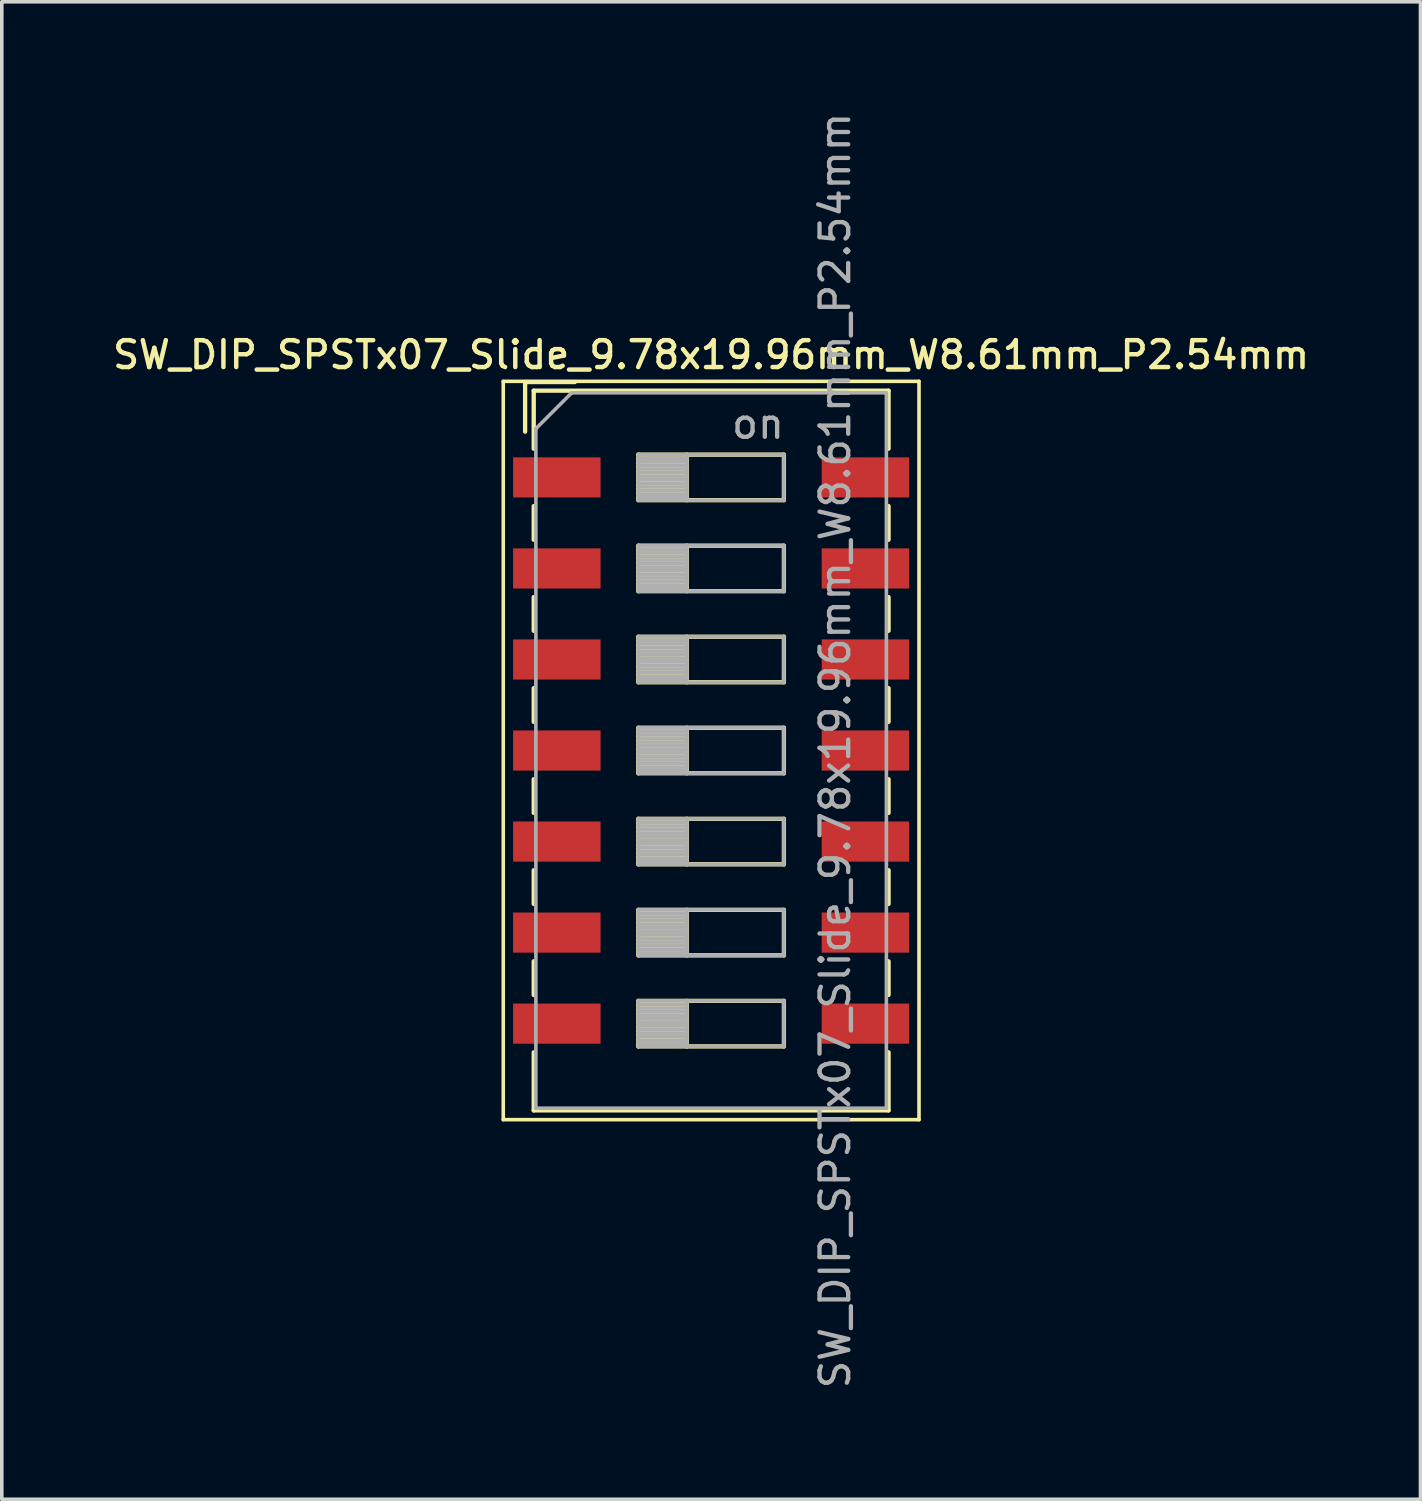
<source format=kicad_pcb>
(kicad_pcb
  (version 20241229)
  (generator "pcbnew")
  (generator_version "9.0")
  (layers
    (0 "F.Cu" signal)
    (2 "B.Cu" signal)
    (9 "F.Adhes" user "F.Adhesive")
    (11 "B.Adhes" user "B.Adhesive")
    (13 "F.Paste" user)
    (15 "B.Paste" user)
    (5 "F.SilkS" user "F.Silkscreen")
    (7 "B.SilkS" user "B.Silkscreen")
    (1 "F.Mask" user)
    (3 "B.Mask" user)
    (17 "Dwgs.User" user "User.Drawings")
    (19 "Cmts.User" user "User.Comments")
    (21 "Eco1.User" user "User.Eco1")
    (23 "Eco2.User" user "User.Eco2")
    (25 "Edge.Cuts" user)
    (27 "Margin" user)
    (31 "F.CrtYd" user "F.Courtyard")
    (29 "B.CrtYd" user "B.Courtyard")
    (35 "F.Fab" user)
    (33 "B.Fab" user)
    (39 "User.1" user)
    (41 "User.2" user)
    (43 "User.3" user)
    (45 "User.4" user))
  (footprint "SW_DIP_SPSTx07_Slide_9.78x19.96mm_W8.61mm_P2.54mm"
    (layer "F.Cu")
    (at 16.791 17.89)
    (property "Reference" "SW_DIP_SPSTx07_Slide_9.78x19.96mm_W8.61mm_P2.54mm" (at 0 -11.04 0) (layer "F.SilkS") (effects (font (size 0.75 0.75) (thickness 0.125))))
    (attr smd)
    (fp_line (start -5.8 -10.3) (end -5.8 10.3) (stroke (width 0.1) (type solid)) (layer "F.SilkS"))
    (fp_line (start -5.8 10.3) (end 5.8 10.3) (stroke (width 0.1) (type solid)) (layer "F.SilkS"))
    (fp_line (start -5.19 -10.28) (end -5.19 -8.897) (stroke (width 0.12) (type solid)) (layer "F.SilkS"))
    (fp_line (start -5.19 -10.28) (end -3.806 -10.28) (stroke (width 0.12) (type solid)) (layer "F.SilkS"))
    (fp_line (start -4.95 -10.04) (end -4.95 -8.42) (stroke (width 0.12) (type solid)) (layer "F.SilkS"))
    (fp_line (start -4.95 -10.04) (end 4.95 -10.04) (stroke (width 0.12) (type solid)) (layer "F.SilkS"))
    (fp_line (start -4.95 -6.82) (end -4.95 -5.88) (stroke (width 0.12) (type solid)) (layer "F.SilkS"))
    (fp_line (start -4.95 -4.28) (end -4.95 -3.34) (stroke (width 0.12) (type solid)) (layer "F.SilkS"))
    (fp_line (start -4.95 -1.74) (end -4.95 -0.8) (stroke (width 0.12) (type solid)) (layer "F.SilkS"))
    (fp_line (start -4.95 0.8) (end -4.95 1.74) (stroke (width 0.12) (type solid)) (layer "F.SilkS"))
    (fp_line (start -4.95 3.34) (end -4.95 4.28) (stroke (width 0.12) (type solid)) (layer "F.SilkS"))
    (fp_line (start -4.95 5.88) (end -4.95 6.82) (stroke (width 0.12) (type solid)) (layer "F.SilkS"))
    (fp_line (start -4.95 8.42) (end -4.95 10.041) (stroke (width 0.12) (type solid)) (layer "F.SilkS"))
    (fp_line (start -4.95 10.041) (end 4.95 10.041) (stroke (width 0.12) (type solid)) (layer "F.SilkS"))
    (fp_line (start -2.03 -8.255) (end -2.03 -6.985) (stroke (width 0.12) (type solid)) (layer "F.SilkS"))
    (fp_line (start -2.03 -8.135) (end -0.677 -8.135) (stroke (width 0.12) (type solid)) (layer "F.SilkS"))
    (fp_line (start -2.03 -8.015) (end -0.677 -8.015) (stroke (width 0.12) (type solid)) (layer "F.SilkS"))
    (fp_line (start -2.03 -7.895) (end -0.677 -7.895) (stroke (width 0.12) (type solid)) (layer "F.SilkS"))
    (fp_line (start -2.03 -7.775) (end -0.677 -7.775) (stroke (width 0.12) (type solid)) (layer "F.SilkS"))
    (fp_line (start -2.03 -7.655) (end -0.677 -7.655) (stroke (width 0.12) (type solid)) (layer "F.SilkS"))
    (fp_line (start -2.03 -7.535) (end -0.677 -7.535) (stroke (width 0.12) (type solid)) (layer "F.SilkS"))
    (fp_line (start -2.03 -7.415) (end -0.677 -7.415) (stroke (width 0.12) (type solid)) (layer "F.SilkS"))
    (fp_line (start -2.03 -7.295) (end -0.677 -7.295) (stroke (width 0.12) (type solid)) (layer "F.SilkS"))
    (fp_line (start -2.03 -7.175) (end -0.677 -7.175) (stroke (width 0.12) (type solid)) (layer "F.SilkS"))
    (fp_line (start -2.03 -7.055) (end -0.677 -7.055) (stroke (width 0.12) (type solid)) (layer "F.SilkS"))
    (fp_line (start -2.03 -6.985) (end 2.03 -6.985) (stroke (width 0.12) (type solid)) (layer "F.SilkS"))
    (fp_line (start -2.03 -5.715) (end -2.03 -4.445) (stroke (width 0.12) (type solid)) (layer "F.SilkS"))
    (fp_line (start -2.03 -5.595) (end -0.677 -5.595) (stroke (width 0.12) (type solid)) (layer "F.SilkS"))
    (fp_line (start -2.03 -5.475) (end -0.677 -5.475) (stroke (width 0.12) (type solid)) (layer "F.SilkS"))
    (fp_line (start -2.03 -5.355) (end -0.677 -5.355) (stroke (width 0.12) (type solid)) (layer "F.SilkS"))
    (fp_line (start -2.03 -5.235) (end -0.677 -5.235) (stroke (width 0.12) (type solid)) (layer "F.SilkS"))
    (fp_line (start -2.03 -5.115) (end -0.677 -5.115) (stroke (width 0.12) (type solid)) (layer "F.SilkS"))
    (fp_line (start -2.03 -4.995) (end -0.677 -4.995) (stroke (width 0.12) (type solid)) (layer "F.SilkS"))
    (fp_line (start -2.03 -4.875) (end -0.677 -4.875) (stroke (width 0.12) (type solid)) (layer "F.SilkS"))
    (fp_line (start -2.03 -4.755) (end -0.677 -4.755) (stroke (width 0.12) (type solid)) (layer "F.SilkS"))
    (fp_line (start -2.03 -4.635) (end -0.677 -4.635) (stroke (width 0.12) (type solid)) (layer "F.SilkS"))
    (fp_line (start -2.03 -4.515) (end -0.677 -4.515) (stroke (width 0.12) (type solid)) (layer "F.SilkS"))
    (fp_line (start -2.03 -4.445) (end 2.03 -4.445) (stroke (width 0.12) (type solid)) (layer "F.SilkS"))
    (fp_line (start -2.03 -3.175) (end -2.03 -1.905) (stroke (width 0.12) (type solid)) (layer "F.SilkS"))
    (fp_line (start -2.03 -3.055) (end -0.677 -3.055) (stroke (width 0.12) (type solid)) (layer "F.SilkS"))
    (fp_line (start -2.03 -2.935) (end -0.677 -2.935) (stroke (width 0.12) (type solid)) (layer "F.SilkS"))
    (fp_line (start -2.03 -2.815) (end -0.677 -2.815) (stroke (width 0.12) (type solid)) (layer "F.SilkS"))
    (fp_line (start -2.03 -2.695) (end -0.677 -2.695) (stroke (width 0.12) (type solid)) (layer "F.SilkS"))
    (fp_line (start -2.03 -2.575) (end -0.677 -2.575) (stroke (width 0.12) (type solid)) (layer "F.SilkS"))
    (fp_line (start -2.03 -2.455) (end -0.677 -2.455) (stroke (width 0.12) (type solid)) (layer "F.SilkS"))
    (fp_line (start -2.03 -2.335) (end -0.677 -2.335) (stroke (width 0.12) (type solid)) (layer "F.SilkS"))
    (fp_line (start -2.03 -2.215) (end -0.677 -2.215) (stroke (width 0.12) (type solid)) (layer "F.SilkS"))
    (fp_line (start -2.03 -2.095) (end -0.677 -2.095) (stroke (width 0.12) (type solid)) (layer "F.SilkS"))
    (fp_line (start -2.03 -1.975) (end -0.677 -1.975) (stroke (width 0.12) (type solid)) (layer "F.SilkS"))
    (fp_line (start -2.03 -1.905) (end 2.03 -1.905) (stroke (width 0.12) (type solid)) (layer "F.SilkS"))
    (fp_line (start -2.03 -0.635) (end -2.03 0.635) (stroke (width 0.12) (type solid)) (layer "F.SilkS"))
    (fp_line (start -2.03 -0.515) (end -0.677 -0.515) (stroke (width 0.12) (type solid)) (layer "F.SilkS"))
    (fp_line (start -2.03 -0.395) (end -0.677 -0.395) (stroke (width 0.12) (type solid)) (layer "F.SilkS"))
    (fp_line (start -2.03 -0.275) (end -0.677 -0.275) (stroke (width 0.12) (type solid)) (layer "F.SilkS"))
    (fp_line (start -2.03 -0.155) (end -0.677 -0.155) (stroke (width 0.12) (type solid)) (layer "F.SilkS"))
    (fp_line (start -2.03 -0.035) (end -0.677 -0.035) (stroke (width 0.12) (type solid)) (layer "F.SilkS"))
    (fp_line (start -2.03 0.085) (end -0.677 0.085) (stroke (width 0.12) (type solid)) (layer "F.SilkS"))
    (fp_line (start -2.03 0.205) (end -0.677 0.205) (stroke (width 0.12) (type solid)) (layer "F.SilkS"))
    (fp_line (start -2.03 0.325) (end -0.677 0.325) (stroke (width 0.12) (type solid)) (layer "F.SilkS"))
    (fp_line (start -2.03 0.445) (end -0.677 0.445) (stroke (width 0.12) (type solid)) (layer "F.SilkS"))
    (fp_line (start -2.03 0.565) (end -0.677 0.565) (stroke (width 0.12) (type solid)) (layer "F.SilkS"))
    (fp_line (start -2.03 0.635) (end 2.03 0.635) (stroke (width 0.12) (type solid)) (layer "F.SilkS"))
    (fp_line (start -2.03 1.905) (end -2.03 3.175) (stroke (width 0.12) (type solid)) (layer "F.SilkS"))
    (fp_line (start -2.03 2.025) (end -0.677 2.025) (stroke (width 0.12) (type solid)) (layer "F.SilkS"))
    (fp_line (start -2.03 2.145) (end -0.677 2.145) (stroke (width 0.12) (type solid)) (layer "F.SilkS"))
    (fp_line (start -2.03 2.265) (end -0.677 2.265) (stroke (width 0.12) (type solid)) (layer "F.SilkS"))
    (fp_line (start -2.03 2.385) (end -0.677 2.385) (stroke (width 0.12) (type solid)) (layer "F.SilkS"))
    (fp_line (start -2.03 2.505) (end -0.677 2.505) (stroke (width 0.12) (type solid)) (layer "F.SilkS"))
    (fp_line (start -2.03 2.625) (end -0.677 2.625) (stroke (width 0.12) (type solid)) (layer "F.SilkS"))
    (fp_line (start -2.03 2.745) (end -0.677 2.745) (stroke (width 0.12) (type solid)) (layer "F.SilkS"))
    (fp_line (start -2.03 2.865) (end -0.677 2.865) (stroke (width 0.12) (type solid)) (layer "F.SilkS"))
    (fp_line (start -2.03 2.985) (end -0.677 2.985) (stroke (width 0.12) (type solid)) (layer "F.SilkS"))
    (fp_line (start -2.03 3.105) (end -0.677 3.105) (stroke (width 0.12) (type solid)) (layer "F.SilkS"))
    (fp_line (start -2.03 3.175) (end 2.03 3.175) (stroke (width 0.12) (type solid)) (layer "F.SilkS"))
    (fp_line (start -2.03 4.445) (end -2.03 5.715) (stroke (width 0.12) (type solid)) (layer "F.SilkS"))
    (fp_line (start -2.03 4.565) (end -0.677 4.565) (stroke (width 0.12) (type solid)) (layer "F.SilkS"))
    (fp_line (start -2.03 4.685) (end -0.677 4.685) (stroke (width 0.12) (type solid)) (layer "F.SilkS"))
    (fp_line (start -2.03 4.805) (end -0.677 4.805) (stroke (width 0.12) (type solid)) (layer "F.SilkS"))
    (fp_line (start -2.03 4.925) (end -0.677 4.925) (stroke (width 0.12) (type solid)) (layer "F.SilkS"))
    (fp_line (start -2.03 5.045) (end -0.677 5.045) (stroke (width 0.12) (type solid)) (layer "F.SilkS"))
    (fp_line (start -2.03 5.165) (end -0.677 5.165) (stroke (width 0.12) (type solid)) (layer "F.SilkS"))
    (fp_line (start -2.03 5.285) (end -0.677 5.285) (stroke (width 0.12) (type solid)) (layer "F.SilkS"))
    (fp_line (start -2.03 5.405) (end -0.677 5.405) (stroke (width 0.12) (type solid)) (layer "F.SilkS"))
    (fp_line (start -2.03 5.525) (end -0.677 5.525) (stroke (width 0.12) (type solid)) (layer "F.SilkS"))
    (fp_line (start -2.03 5.645) (end -0.677 5.645) (stroke (width 0.12) (type solid)) (layer "F.SilkS"))
    (fp_line (start -2.03 5.715) (end 2.03 5.715) (stroke (width 0.12) (type solid)) (layer "F.SilkS"))
    (fp_line (start -2.03 6.985) (end -2.03 8.255) (stroke (width 0.12) (type solid)) (layer "F.SilkS"))
    (fp_line (start -2.03 7.105) (end -0.677 7.105) (stroke (width 0.12) (type solid)) (layer "F.SilkS"))
    (fp_line (start -2.03 7.225) (end -0.677 7.225) (stroke (width 0.12) (type solid)) (layer "F.SilkS"))
    (fp_line (start -2.03 7.345) (end -0.677 7.345) (stroke (width 0.12) (type solid)) (layer "F.SilkS"))
    (fp_line (start -2.03 7.465) (end -0.677 7.465) (stroke (width 0.12) (type solid)) (layer "F.SilkS"))
    (fp_line (start -2.03 7.585) (end -0.677 7.585) (stroke (width 0.12) (type solid)) (layer "F.SilkS"))
    (fp_line (start -2.03 7.705) (end -0.677 7.705) (stroke (width 0.12) (type solid)) (layer "F.SilkS"))
    (fp_line (start -2.03 7.825) (end -0.677 7.825) (stroke (width 0.12) (type solid)) (layer "F.SilkS"))
    (fp_line (start -2.03 7.945) (end -0.677 7.945) (stroke (width 0.12) (type solid)) (layer "F.SilkS"))
    (fp_line (start -2.03 8.065) (end -0.677 8.065) (stroke (width 0.12) (type solid)) (layer "F.SilkS"))
    (fp_line (start -2.03 8.185) (end -0.677 8.185) (stroke (width 0.12) (type solid)) (layer "F.SilkS"))
    (fp_line (start -2.03 8.255) (end 2.03 8.255) (stroke (width 0.12) (type solid)) (layer "F.SilkS"))
    (fp_line (start -0.677 -8.255) (end -0.677 -6.985) (stroke (width 0.12) (type solid)) (layer "F.SilkS"))
    (fp_line (start -0.677 -5.715) (end -0.677 -4.445) (stroke (width 0.12) (type solid)) (layer "F.SilkS"))
    (fp_line (start -0.677 -3.175) (end -0.677 -1.905) (stroke (width 0.12) (type solid)) (layer "F.SilkS"))
    (fp_line (start -0.677 -0.635) (end -0.677 0.635) (stroke (width 0.12) (type solid)) (layer "F.SilkS"))
    (fp_line (start -0.677 1.905) (end -0.677 3.175) (stroke (width 0.12) (type solid)) (layer "F.SilkS"))
    (fp_line (start -0.677 4.445) (end -0.677 5.715) (stroke (width 0.12) (type solid)) (layer "F.SilkS"))
    (fp_line (start -0.677 6.985) (end -0.677 8.255) (stroke (width 0.12) (type solid)) (layer "F.SilkS"))
    (fp_line (start 2.03 -8.255) (end -2.03 -8.255) (stroke (width 0.12) (type solid)) (layer "F.SilkS"))
    (fp_line (start 2.03 -6.985) (end 2.03 -8.255) (stroke (width 0.12) (type solid)) (layer "F.SilkS"))
    (fp_line (start 2.03 -5.715) (end -2.03 -5.715) (stroke (width 0.12) (type solid)) (layer "F.SilkS"))
    (fp_line (start 2.03 -4.445) (end 2.03 -5.715) (stroke (width 0.12) (type solid)) (layer "F.SilkS"))
    (fp_line (start 2.03 -3.175) (end -2.03 -3.175) (stroke (width 0.12) (type solid)) (layer "F.SilkS"))
    (fp_line (start 2.03 -1.905) (end 2.03 -3.175) (stroke (width 0.12) (type solid)) (layer "F.SilkS"))
    (fp_line (start 2.03 -0.635) (end -2.03 -0.635) (stroke (width 0.12) (type solid)) (layer "F.SilkS"))
    (fp_line (start 2.03 0.635) (end 2.03 -0.635) (stroke (width 0.12) (type solid)) (layer "F.SilkS"))
    (fp_line (start 2.03 1.905) (end -2.03 1.905) (stroke (width 0.12) (type solid)) (layer "F.SilkS"))
    (fp_line (start 2.03 3.175) (end 2.03 1.905) (stroke (width 0.12) (type solid)) (layer "F.SilkS"))
    (fp_line (start 2.03 4.445) (end -2.03 4.445) (stroke (width 0.12) (type solid)) (layer "F.SilkS"))
    (fp_line (start 2.03 5.715) (end 2.03 4.445) (stroke (width 0.12) (type solid)) (layer "F.SilkS"))
    (fp_line (start 2.03 6.985) (end -2.03 6.985) (stroke (width 0.12) (type solid)) (layer "F.SilkS"))
    (fp_line (start 2.03 8.255) (end 2.03 6.985) (stroke (width 0.12) (type solid)) (layer "F.SilkS"))
    (fp_line (start 4.95 -10.04) (end 4.95 -8.42) (stroke (width 0.12) (type solid)) (layer "F.SilkS"))
    (fp_line (start 4.95 -6.82) (end 4.95 -5.88) (stroke (width 0.12) (type solid)) (layer "F.SilkS"))
    (fp_line (start 4.95 -4.28) (end 4.95 -3.34) (stroke (width 0.12) (type solid)) (layer "F.SilkS"))
    (fp_line (start 4.95 -1.74) (end 4.95 -0.8) (stroke (width 0.12) (type solid)) (layer "F.SilkS"))
    (fp_line (start 4.95 0.8) (end 4.95 1.74) (stroke (width 0.12) (type solid)) (layer "F.SilkS"))
    (fp_line (start 4.95 3.34) (end 4.95 4.28) (stroke (width 0.12) (type solid)) (layer "F.SilkS"))
    (fp_line (start 4.95 5.88) (end 4.95 6.82) (stroke (width 0.12) (type solid)) (layer "F.SilkS"))
    (fp_line (start 4.95 8.42) (end 4.95 10.041) (stroke (width 0.12) (type solid)) (layer "F.SilkS"))
    (fp_line (start 5.8 -10.3) (end -5.8 -10.3) (stroke (width 0.1) (type solid)) (layer "F.SilkS"))
    (fp_line (start 5.8 10.3) (end 5.8 -10.3) (stroke (width 0.1) (type solid)) (layer "F.SilkS"))
    (fp_line (start -4.89 -8.98) (end -3.89 -9.98) (stroke (width 0.1) (type solid)) (layer "F.Fab"))
    (fp_line (start -4.89 9.98) (end -4.89 -8.98) (stroke (width 0.1) (type solid)) (layer "F.Fab"))
    (fp_line (start -3.89 -9.98) (end 4.89 -9.98) (stroke (width 0.1) (type solid)) (layer "F.Fab"))
    (fp_line (start -2.03 -8.255) (end -2.03 -6.985) (stroke (width 0.1) (type solid)) (layer "F.Fab"))
    (fp_line (start -2.03 -8.155) (end -0.677 -8.155) (stroke (width 0.1) (type solid)) (layer "F.Fab"))
    (fp_line (start -2.03 -8.055) (end -0.677 -8.055) (stroke (width 0.1) (type solid)) (layer "F.Fab"))
    (fp_line (start -2.03 -7.955) (end -0.677 -7.955) (stroke (width 0.1) (type solid)) (layer "F.Fab"))
    (fp_line (start -2.03 -7.855) (end -0.677 -7.855) (stroke (width 0.1) (type solid)) (layer "F.Fab"))
    (fp_line (start -2.03 -7.755) (end -0.677 -7.755) (stroke (width 0.1) (type solid)) (layer "F.Fab"))
    (fp_line (start -2.03 -7.655) (end -0.677 -7.655) (stroke (width 0.1) (type solid)) (layer "F.Fab"))
    (fp_line (start -2.03 -7.555) (end -0.677 -7.555) (stroke (width 0.1) (type solid)) (layer "F.Fab"))
    (fp_line (start -2.03 -7.455) (end -0.677 -7.455) (stroke (width 0.1) (type solid)) (layer "F.Fab"))
    (fp_line (start -2.03 -7.355) (end -0.677 -7.355) (stroke (width 0.1) (type solid)) (layer "F.Fab"))
    (fp_line (start -2.03 -7.255) (end -0.677 -7.255) (stroke (width 0.1) (type solid)) (layer "F.Fab"))
    (fp_line (start -2.03 -7.155) (end -0.677 -7.155) (stroke (width 0.1) (type solid)) (layer "F.Fab"))
    (fp_line (start -2.03 -7.055) (end -0.677 -7.055) (stroke (width 0.1) (type solid)) (layer "F.Fab"))
    (fp_line (start -2.03 -6.985) (end 2.03 -6.985) (stroke (width 0.1) (type solid)) (layer "F.Fab"))
    (fp_line (start -2.03 -5.715) (end -2.03 -4.445) (stroke (width 0.1) (type solid)) (layer "F.Fab"))
    (fp_line (start -2.03 -5.615) (end -0.677 -5.615) (stroke (width 0.1) (type solid)) (layer "F.Fab"))
    (fp_line (start -2.03 -5.515) (end -0.677 -5.515) (stroke (width 0.1) (type solid)) (layer "F.Fab"))
    (fp_line (start -2.03 -5.415) (end -0.677 -5.415) (stroke (width 0.1) (type solid)) (layer "F.Fab"))
    (fp_line (start -2.03 -5.315) (end -0.677 -5.315) (stroke (width 0.1) (type solid)) (layer "F.Fab"))
    (fp_line (start -2.03 -5.215) (end -0.677 -5.215) (stroke (width 0.1) (type solid)) (layer "F.Fab"))
    (fp_line (start -2.03 -5.115) (end -0.677 -5.115) (stroke (width 0.1) (type solid)) (layer "F.Fab"))
    (fp_line (start -2.03 -5.015) (end -0.677 -5.015) (stroke (width 0.1) (type solid)) (layer "F.Fab"))
    (fp_line (start -2.03 -4.915) (end -0.677 -4.915) (stroke (width 0.1) (type solid)) (layer "F.Fab"))
    (fp_line (start -2.03 -4.815) (end -0.677 -4.815) (stroke (width 0.1) (type solid)) (layer "F.Fab"))
    (fp_line (start -2.03 -4.715) (end -0.677 -4.715) (stroke (width 0.1) (type solid)) (layer "F.Fab"))
    (fp_line (start -2.03 -4.615) (end -0.677 -4.615) (stroke (width 0.1) (type solid)) (layer "F.Fab"))
    (fp_line (start -2.03 -4.515) (end -0.677 -4.515) (stroke (width 0.1) (type solid)) (layer "F.Fab"))
    (fp_line (start -2.03 -4.445) (end 2.03 -4.445) (stroke (width 0.1) (type solid)) (layer "F.Fab"))
    (fp_line (start -2.03 -3.175) (end -2.03 -1.905) (stroke (width 0.1) (type solid)) (layer "F.Fab"))
    (fp_line (start -2.03 -3.075) (end -0.677 -3.075) (stroke (width 0.1) (type solid)) (layer "F.Fab"))
    (fp_line (start -2.03 -2.975) (end -0.677 -2.975) (stroke (width 0.1) (type solid)) (layer "F.Fab"))
    (fp_line (start -2.03 -2.875) (end -0.677 -2.875) (stroke (width 0.1) (type solid)) (layer "F.Fab"))
    (fp_line (start -2.03 -2.775) (end -0.677 -2.775) (stroke (width 0.1) (type solid)) (layer "F.Fab"))
    (fp_line (start -2.03 -2.675) (end -0.677 -2.675) (stroke (width 0.1) (type solid)) (layer "F.Fab"))
    (fp_line (start -2.03 -2.575) (end -0.677 -2.575) (stroke (width 0.1) (type solid)) (layer "F.Fab"))
    (fp_line (start -2.03 -2.475) (end -0.677 -2.475) (stroke (width 0.1) (type solid)) (layer "F.Fab"))
    (fp_line (start -2.03 -2.375) (end -0.677 -2.375) (stroke (width 0.1) (type solid)) (layer "F.Fab"))
    (fp_line (start -2.03 -2.275) (end -0.677 -2.275) (stroke (width 0.1) (type solid)) (layer "F.Fab"))
    (fp_line (start -2.03 -2.175) (end -0.677 -2.175) (stroke (width 0.1) (type solid)) (layer "F.Fab"))
    (fp_line (start -2.03 -2.075) (end -0.677 -2.075) (stroke (width 0.1) (type solid)) (layer "F.Fab"))
    (fp_line (start -2.03 -1.975) (end -0.677 -1.975) (stroke (width 0.1) (type solid)) (layer "F.Fab"))
    (fp_line (start -2.03 -1.905) (end 2.03 -1.905) (stroke (width 0.1) (type solid)) (layer "F.Fab"))
    (fp_line (start -2.03 -0.635) (end -2.03 0.635) (stroke (width 0.1) (type solid)) (layer "F.Fab"))
    (fp_line (start -2.03 -0.535) (end -0.677 -0.535) (stroke (width 0.1) (type solid)) (layer "F.Fab"))
    (fp_line (start -2.03 -0.435) (end -0.677 -0.435) (stroke (width 0.1) (type solid)) (layer "F.Fab"))
    (fp_line (start -2.03 -0.335) (end -0.677 -0.335) (stroke (width 0.1) (type solid)) (layer "F.Fab"))
    (fp_line (start -2.03 -0.235) (end -0.677 -0.235) (stroke (width 0.1) (type solid)) (layer "F.Fab"))
    (fp_line (start -2.03 -0.135) (end -0.677 -0.135) (stroke (width 0.1) (type solid)) (layer "F.Fab"))
    (fp_line (start -2.03 -0.035) (end -0.677 -0.035) (stroke (width 0.1) (type solid)) (layer "F.Fab"))
    (fp_line (start -2.03 0.065) (end -0.677 0.065) (stroke (width 0.1) (type solid)) (layer "F.Fab"))
    (fp_line (start -2.03 0.165) (end -0.677 0.165) (stroke (width 0.1) (type solid)) (layer "F.Fab"))
    (fp_line (start -2.03 0.265) (end -0.677 0.265) (stroke (width 0.1) (type solid)) (layer "F.Fab"))
    (fp_line (start -2.03 0.365) (end -0.677 0.365) (stroke (width 0.1) (type solid)) (layer "F.Fab"))
    (fp_line (start -2.03 0.465) (end -0.677 0.465) (stroke (width 0.1) (type solid)) (layer "F.Fab"))
    (fp_line (start -2.03 0.565) (end -0.677 0.565) (stroke (width 0.1) (type solid)) (layer "F.Fab"))
    (fp_line (start -2.03 0.635) (end 2.03 0.635) (stroke (width 0.1) (type solid)) (layer "F.Fab"))
    (fp_line (start -2.03 1.905) (end -2.03 3.175) (stroke (width 0.1) (type solid)) (layer "F.Fab"))
    (fp_line (start -2.03 2.005) (end -0.677 2.005) (stroke (width 0.1) (type solid)) (layer "F.Fab"))
    (fp_line (start -2.03 2.105) (end -0.677 2.105) (stroke (width 0.1) (type solid)) (layer "F.Fab"))
    (fp_line (start -2.03 2.205) (end -0.677 2.205) (stroke (width 0.1) (type solid)) (layer "F.Fab"))
    (fp_line (start -2.03 2.305) (end -0.677 2.305) (stroke (width 0.1) (type solid)) (layer "F.Fab"))
    (fp_line (start -2.03 2.405) (end -0.677 2.405) (stroke (width 0.1) (type solid)) (layer "F.Fab"))
    (fp_line (start -2.03 2.505) (end -0.677 2.505) (stroke (width 0.1) (type solid)) (layer "F.Fab"))
    (fp_line (start -2.03 2.605) (end -0.677 2.605) (stroke (width 0.1) (type solid)) (layer "F.Fab"))
    (fp_line (start -2.03 2.705) (end -0.677 2.705) (stroke (width 0.1) (type solid)) (layer "F.Fab"))
    (fp_line (start -2.03 2.805) (end -0.677 2.805) (stroke (width 0.1) (type solid)) (layer "F.Fab"))
    (fp_line (start -2.03 2.905) (end -0.677 2.905) (stroke (width 0.1) (type solid)) (layer "F.Fab"))
    (fp_line (start -2.03 3.005) (end -0.677 3.005) (stroke (width 0.1) (type solid)) (layer "F.Fab"))
    (fp_line (start -2.03 3.105) (end -0.677 3.105) (stroke (width 0.1) (type solid)) (layer "F.Fab"))
    (fp_line (start -2.03 3.175) (end 2.03 3.175) (stroke (width 0.1) (type solid)) (layer "F.Fab"))
    (fp_line (start -2.03 4.445) (end -2.03 5.715) (stroke (width 0.1) (type solid)) (layer "F.Fab"))
    (fp_line (start -2.03 4.545) (end -0.677 4.545) (stroke (width 0.1) (type solid)) (layer "F.Fab"))
    (fp_line (start -2.03 4.645) (end -0.677 4.645) (stroke (width 0.1) (type solid)) (layer "F.Fab"))
    (fp_line (start -2.03 4.745) (end -0.677 4.745) (stroke (width 0.1) (type solid)) (layer "F.Fab"))
    (fp_line (start -2.03 4.845) (end -0.677 4.845) (stroke (width 0.1) (type solid)) (layer "F.Fab"))
    (fp_line (start -2.03 4.945) (end -0.677 4.945) (stroke (width 0.1) (type solid)) (layer "F.Fab"))
    (fp_line (start -2.03 5.045) (end -0.677 5.045) (stroke (width 0.1) (type solid)) (layer "F.Fab"))
    (fp_line (start -2.03 5.145) (end -0.677 5.145) (stroke (width 0.1) (type solid)) (layer "F.Fab"))
    (fp_line (start -2.03 5.245) (end -0.677 5.245) (stroke (width 0.1) (type solid)) (layer "F.Fab"))
    (fp_line (start -2.03 5.345) (end -0.677 5.345) (stroke (width 0.1) (type solid)) (layer "F.Fab"))
    (fp_line (start -2.03 5.445) (end -0.677 5.445) (stroke (width 0.1) (type solid)) (layer "F.Fab"))
    (fp_line (start -2.03 5.545) (end -0.677 5.545) (stroke (width 0.1) (type solid)) (layer "F.Fab"))
    (fp_line (start -2.03 5.645) (end -0.677 5.645) (stroke (width 0.1) (type solid)) (layer "F.Fab"))
    (fp_line (start -2.03 5.715) (end 2.03 5.715) (stroke (width 0.1) (type solid)) (layer "F.Fab"))
    (fp_line (start -2.03 6.985) (end -2.03 8.255) (stroke (width 0.1) (type solid)) (layer "F.Fab"))
    (fp_line (start -2.03 7.085) (end -0.677 7.085) (stroke (width 0.1) (type solid)) (layer "F.Fab"))
    (fp_line (start -2.03 7.185) (end -0.677 7.185) (stroke (width 0.1) (type solid)) (layer "F.Fab"))
    (fp_line (start -2.03 7.285) (end -0.677 7.285) (stroke (width 0.1) (type solid)) (layer "F.Fab"))
    (fp_line (start -2.03 7.385) (end -0.677 7.385) (stroke (width 0.1) (type solid)) (layer "F.Fab"))
    (fp_line (start -2.03 7.485) (end -0.677 7.485) (stroke (width 0.1) (type solid)) (layer "F.Fab"))
    (fp_line (start -2.03 7.585) (end -0.677 7.585) (stroke (width 0.1) (type solid)) (layer "F.Fab"))
    (fp_line (start -2.03 7.685) (end -0.677 7.685) (stroke (width 0.1) (type solid)) (layer "F.Fab"))
    (fp_line (start -2.03 7.785) (end -0.677 7.785) (stroke (width 0.1) (type solid)) (layer "F.Fab"))
    (fp_line (start -2.03 7.885) (end -0.677 7.885) (stroke (width 0.1) (type solid)) (layer "F.Fab"))
    (fp_line (start -2.03 7.985) (end -0.677 7.985) (stroke (width 0.1) (type solid)) (layer "F.Fab"))
    (fp_line (start -2.03 8.085) (end -0.677 8.085) (stroke (width 0.1) (type solid)) (layer "F.Fab"))
    (fp_line (start -2.03 8.185) (end -0.677 8.185) (stroke (width 0.1) (type solid)) (layer "F.Fab"))
    (fp_line (start -2.03 8.255) (end 2.03 8.255) (stroke (width 0.1) (type solid)) (layer "F.Fab"))
    (fp_line (start -0.677 -8.255) (end -0.677 -6.985) (stroke (width 0.1) (type solid)) (layer "F.Fab"))
    (fp_line (start -0.677 -5.715) (end -0.677 -4.445) (stroke (width 0.1) (type solid)) (layer "F.Fab"))
    (fp_line (start -0.677 -3.175) (end -0.677 -1.905) (stroke (width 0.1) (type solid)) (layer "F.Fab"))
    (fp_line (start -0.677 -0.635) (end -0.677 0.635) (stroke (width 0.1) (type solid)) (layer "F.Fab"))
    (fp_line (start -0.677 1.905) (end -0.677 3.175) (stroke (width 0.1) (type solid)) (layer "F.Fab"))
    (fp_line (start -0.677 4.445) (end -0.677 5.715) (stroke (width 0.1) (type solid)) (layer "F.Fab"))
    (fp_line (start -0.677 6.985) (end -0.677 8.255) (stroke (width 0.1) (type solid)) (layer "F.Fab"))
    (fp_line (start 2.03 -8.255) (end -2.03 -8.255) (stroke (width 0.1) (type solid)) (layer "F.Fab"))
    (fp_line (start 2.03 -6.985) (end 2.03 -8.255) (stroke (width 0.1) (type solid)) (layer "F.Fab"))
    (fp_line (start 2.03 -5.715) (end -2.03 -5.715) (stroke (width 0.1) (type solid)) (layer "F.Fab"))
    (fp_line (start 2.03 -4.445) (end 2.03 -5.715) (stroke (width 0.1) (type solid)) (layer "F.Fab"))
    (fp_line (start 2.03 -3.175) (end -2.03 -3.175) (stroke (width 0.1) (type solid)) (layer "F.Fab"))
    (fp_line (start 2.03 -1.905) (end 2.03 -3.175) (stroke (width 0.1) (type solid)) (layer "F.Fab"))
    (fp_line (start 2.03 -0.635) (end -2.03 -0.635) (stroke (width 0.1) (type solid)) (layer "F.Fab"))
    (fp_line (start 2.03 0.635) (end 2.03 -0.635) (stroke (width 0.1) (type solid)) (layer "F.Fab"))
    (fp_line (start 2.03 1.905) (end -2.03 1.905) (stroke (width 0.1) (type solid)) (layer "F.Fab"))
    (fp_line (start 2.03 3.175) (end 2.03 1.905) (stroke (width 0.1) (type solid)) (layer "F.Fab"))
    (fp_line (start 2.03 4.445) (end -2.03 4.445) (stroke (width 0.1) (type solid)) (layer "F.Fab"))
    (fp_line (start 2.03 5.715) (end 2.03 4.445) (stroke (width 0.1) (type solid)) (layer "F.Fab"))
    (fp_line (start 2.03 6.985) (end -2.03 6.985) (stroke (width 0.1) (type solid)) (layer "F.Fab"))
    (fp_line (start 2.03 8.255) (end 2.03 6.985) (stroke (width 0.1) (type solid)) (layer "F.Fab"))
    (fp_line (start 4.89 -9.98) (end 4.89 9.98) (stroke (width 0.1) (type solid)) (layer "F.Fab"))
    (fp_line (start 4.89 9.98) (end -4.89 9.98) (stroke (width 0.1) (type solid)) (layer "F.Fab"))
    (fp_text user "on" (at 1.308 -9.117 0) (layer "F.Fab") (effects (font (size 0.8 0.8) (thickness 0.12))))
    (fp_text user "${REFERENCE}" (at 3.46 0 90) (layer "F.Fab") (effects (font (size 0.8 0.8) (thickness 0.12))))
    (pad "1" smd rect (at -4.305 -7.62) (size 2.44 1.12) (layers "F.Cu" "F.Mask" "F.Paste"))
    (pad "2" smd rect (at -4.305 -5.08) (size 2.44 1.12) (layers "F.Cu" "F.Mask" "F.Paste"))
    (pad "3" smd rect (at -4.305 -2.54) (size 2.44 1.12) (layers "F.Cu" "F.Mask" "F.Paste"))
    (pad "4" smd rect (at -4.305 0) (size 2.44 1.12) (layers "F.Cu" "F.Mask" "F.Paste"))
    (pad "5" smd rect (at -4.305 2.54) (size 2.44 1.12) (layers "F.Cu" "F.Mask" "F.Paste"))
    (pad "6" smd rect (at -4.305 5.08) (size 2.44 1.12) (layers "F.Cu" "F.Mask" "F.Paste"))
    (pad "7" smd rect (at -4.305 7.62) (size 2.44 1.12) (layers "F.Cu" "F.Mask" "F.Paste"))
    (pad "8" smd rect (at 4.305 7.62) (size 2.44 1.12) (layers "F.Cu" "F.Mask" "F.Paste"))
    (pad "9" smd rect (at 4.305 5.08) (size 2.44 1.12) (layers "F.Cu" "F.Mask" "F.Paste"))
    (pad "10" smd rect (at 4.305 2.54) (size 2.44 1.12) (layers "F.Cu" "F.Mask" "F.Paste"))
    (pad "11" smd rect (at 4.305 0) (size 2.44 1.12) (layers "F.Cu" "F.Mask" "F.Paste"))
    (pad "12" smd rect (at 4.305 -2.54) (size 2.44 1.12) (layers "F.Cu" "F.Mask" "F.Paste"))
    (pad "13" smd rect (at 4.305 -5.08) (size 2.44 1.12) (layers "F.Cu" "F.Mask" "F.Paste"))
    (pad "14" smd rect (at 4.305 -7.62) (size 2.44 1.12) (layers "F.Cu" "F.Mask" "F.Paste")))
  (gr_rect
    (start -3 -3)
    (end 36.582 38.781)
    (stroke (width 0.1) (type default))
    (fill no)
    (layer "Edge.Cuts")))
</source>
